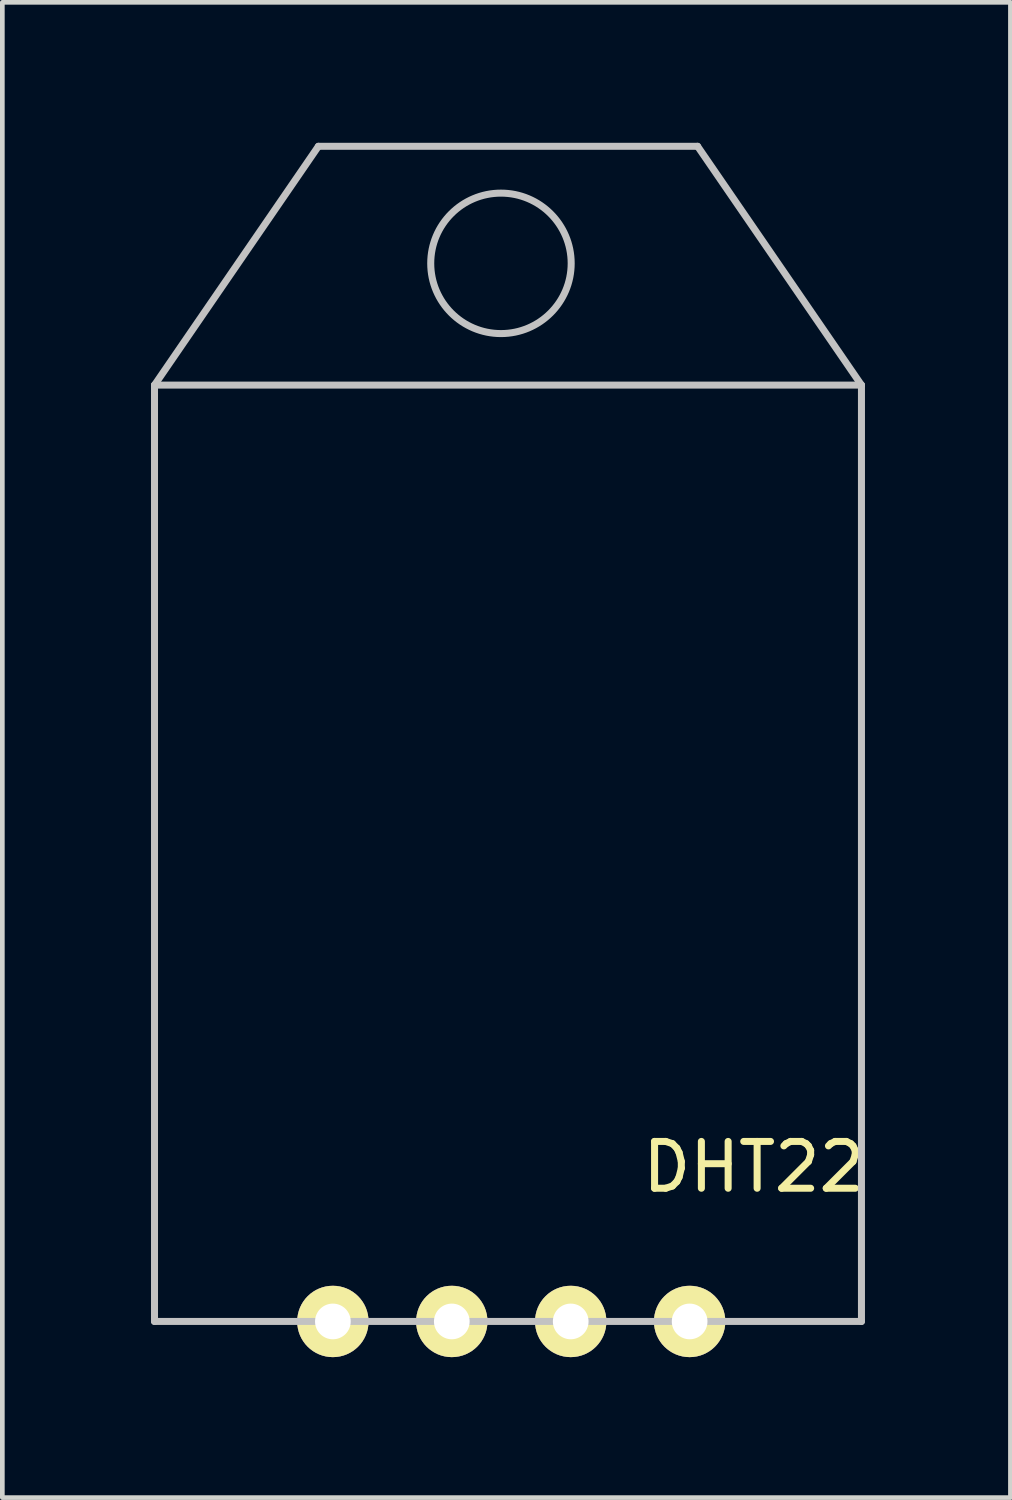
<source format=kicad_pcb>
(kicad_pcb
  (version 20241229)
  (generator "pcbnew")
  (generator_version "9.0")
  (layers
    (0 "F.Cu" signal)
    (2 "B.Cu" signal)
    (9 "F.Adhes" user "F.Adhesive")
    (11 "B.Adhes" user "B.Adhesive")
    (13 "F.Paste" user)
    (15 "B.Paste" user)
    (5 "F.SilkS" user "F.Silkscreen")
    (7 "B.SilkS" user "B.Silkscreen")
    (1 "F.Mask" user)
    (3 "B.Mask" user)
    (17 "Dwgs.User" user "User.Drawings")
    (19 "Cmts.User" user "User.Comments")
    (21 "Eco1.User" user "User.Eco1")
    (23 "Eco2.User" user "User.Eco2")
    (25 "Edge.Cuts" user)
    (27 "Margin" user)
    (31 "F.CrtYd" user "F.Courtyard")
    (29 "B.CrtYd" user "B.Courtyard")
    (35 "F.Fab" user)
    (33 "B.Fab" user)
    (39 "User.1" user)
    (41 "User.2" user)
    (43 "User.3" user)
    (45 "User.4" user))
  (footprint "DHT22"
    (layer "F.Cu")
    (at 0.25 25.175)
    (property "Reference" "DHT22" (at 12.8 -3.3 0) (layer "F.SilkS") (effects (font (size 1 1) (thickness 0.15))))
    (attr through_hole)
    (fp_line (start 0 -20) (end 0 0) (stroke (width 0.15) (type solid)) (layer "Dwgs.User"))
    (fp_line (start 0 -20) (end 3.5 -25.1) (stroke (width 0.15) (type solid)) (layer "Dwgs.User"))
    (fp_line (start 0 0) (end 15.1 0) (stroke (width 0.15) (type solid)) (layer "Dwgs.User"))
    (fp_line (start 3.5 -25.1) (end 11.6 -25.1) (stroke (width 0.15) (type solid)) (layer "Dwgs.User"))
    (fp_line (start 11.6 -25.1) (end 15.1 -20) (stroke (width 0.15) (type solid)) (layer "Dwgs.User"))
    (fp_line (start 15.1 -20) (end 0 -20) (stroke (width 0.15) (type solid)) (layer "Dwgs.User"))
    (fp_line (start 15.1 0) (end 15.1 -20) (stroke (width 0.15) (type solid)) (layer "Dwgs.User"))
    (fp_circle (center 7.4 -22.6) (end 8.9 -22.6) (stroke (width 0.15) (type solid)) (fill no) (layer "Dwgs.User"))
    (pad "1" thru_hole circle (at 3.81 0) (size 1.524 1.524) (drill 0.762) (layers "*.Cu" "*.Mask" "F.SilkS"))
    (pad "2" thru_hole circle (at 6.35 0) (size 1.524 1.524) (drill 0.762) (layers "*.Cu" "*.Mask" "F.SilkS"))
    (pad "3" thru_hole circle (at 8.89 0) (size 1.524 1.524) (drill 0.762) (layers "*.Cu" "*.Mask" "F.SilkS"))
    (pad "4" thru_hole circle (at 11.43 0) (size 1.524 1.524) (drill 0.762) (layers "*.Cu" "*.Mask" "F.SilkS")))
  (gr_rect
    (start -3 -3)
    (end 18.532 28.937)
    (stroke (width 0.1) (type default))
    (fill no)
    (layer "Edge.Cuts")))
</source>
